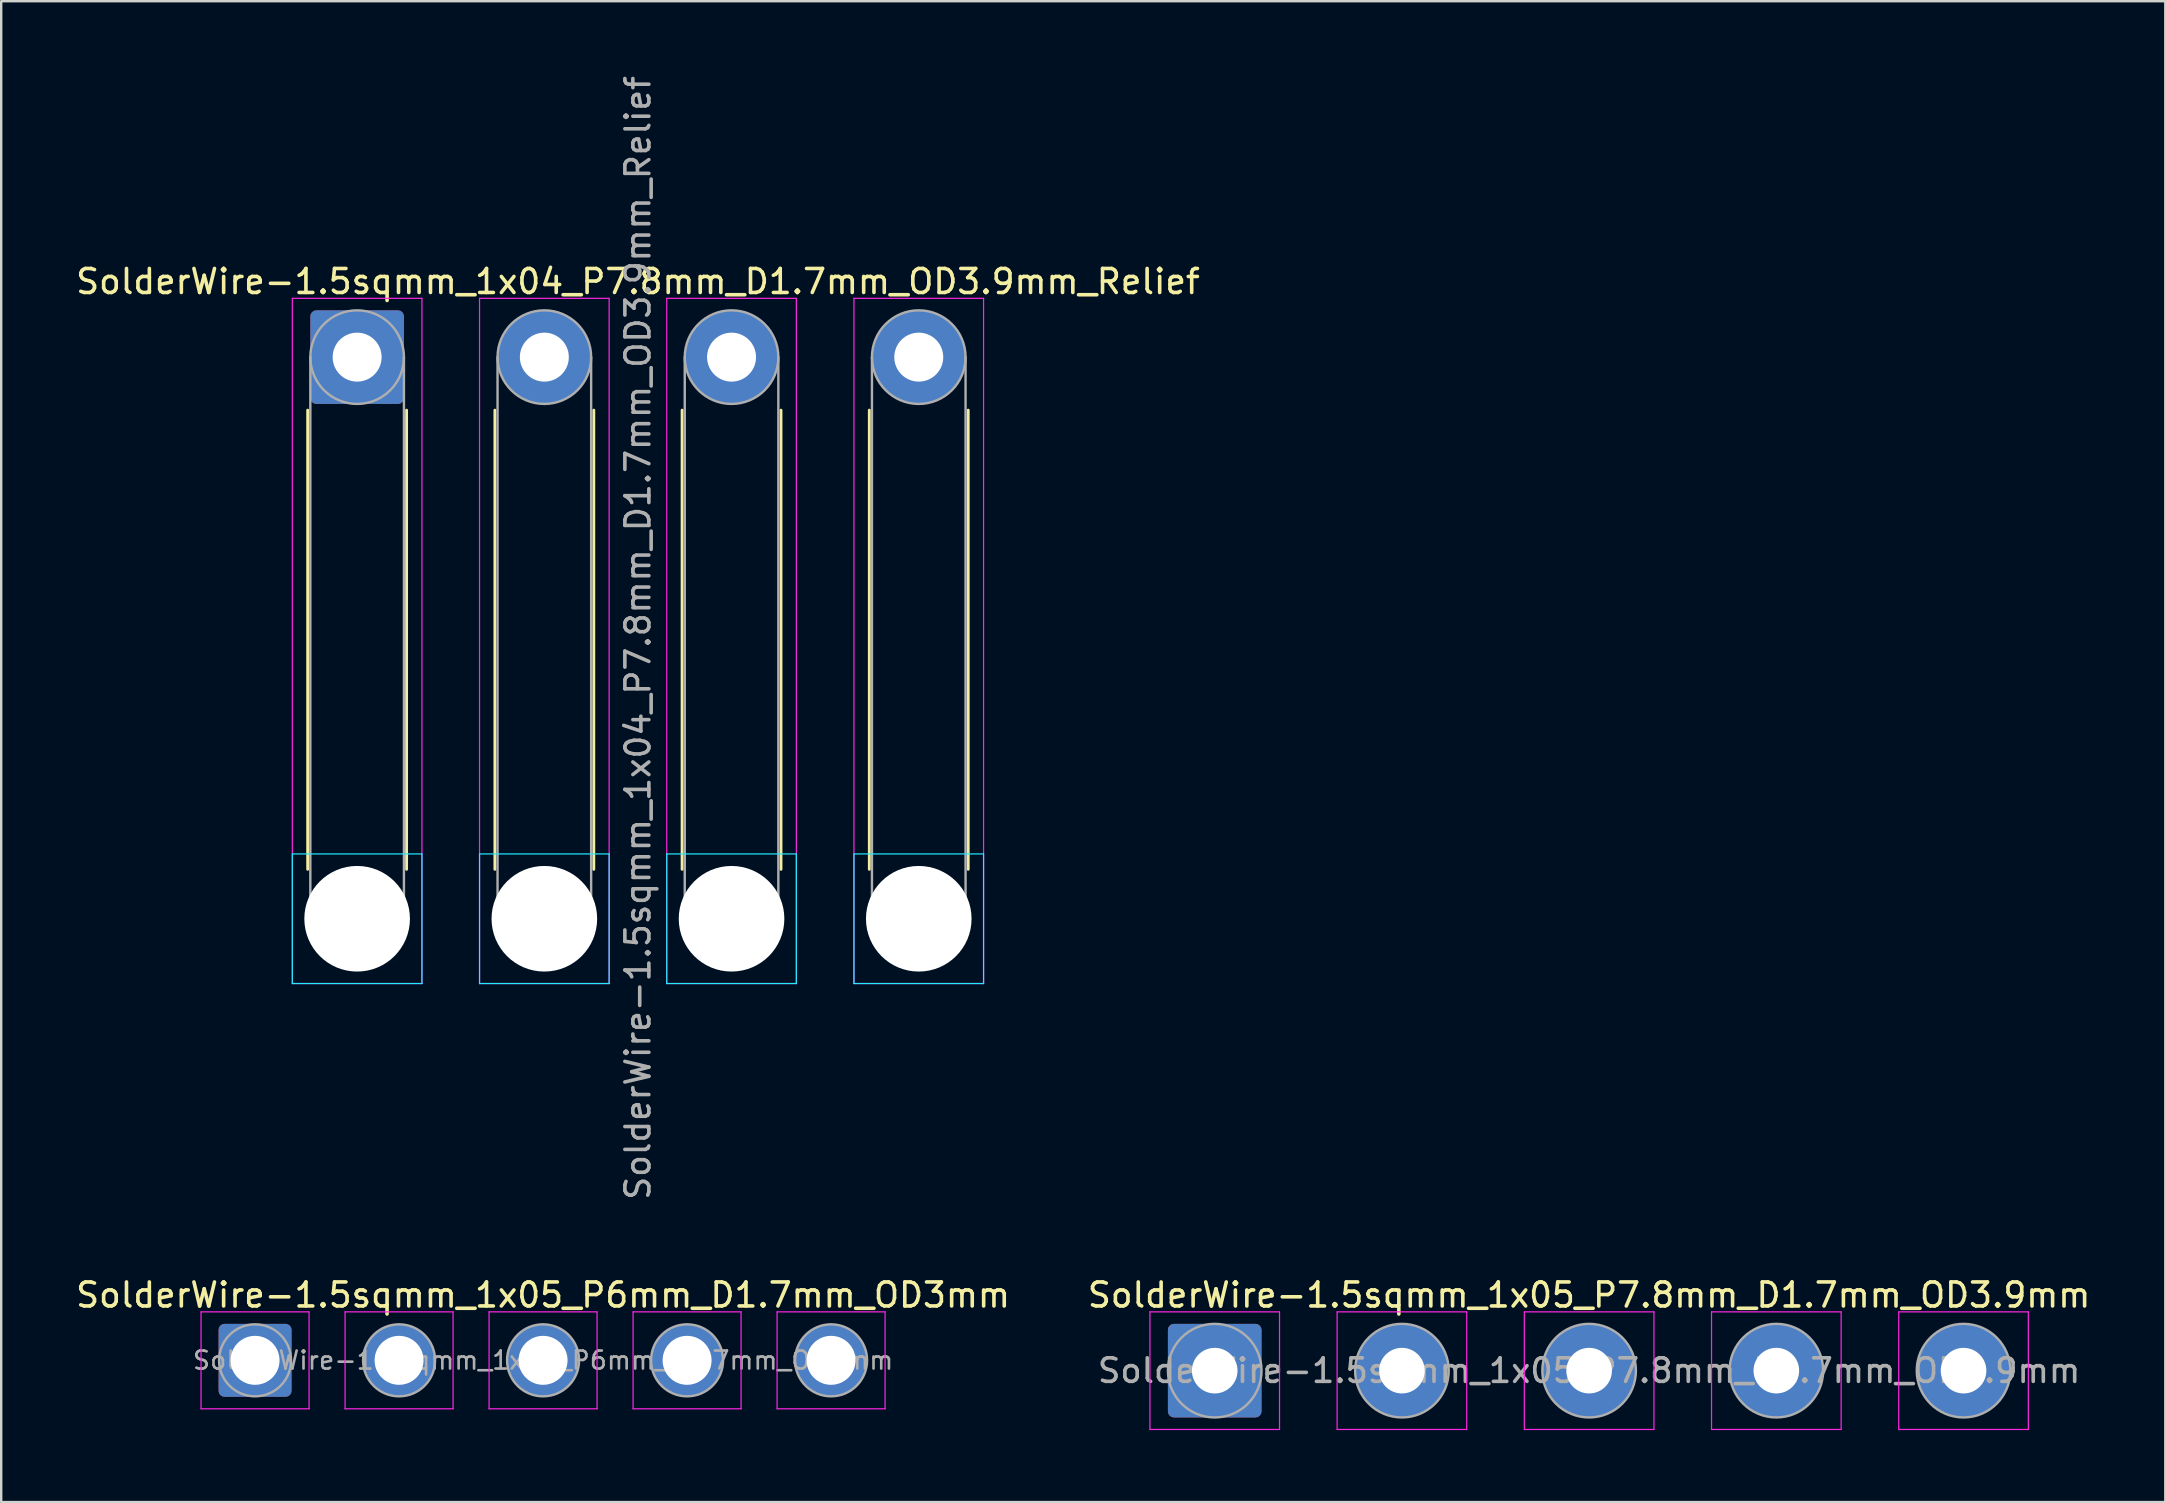
<source format=kicad_pcb>
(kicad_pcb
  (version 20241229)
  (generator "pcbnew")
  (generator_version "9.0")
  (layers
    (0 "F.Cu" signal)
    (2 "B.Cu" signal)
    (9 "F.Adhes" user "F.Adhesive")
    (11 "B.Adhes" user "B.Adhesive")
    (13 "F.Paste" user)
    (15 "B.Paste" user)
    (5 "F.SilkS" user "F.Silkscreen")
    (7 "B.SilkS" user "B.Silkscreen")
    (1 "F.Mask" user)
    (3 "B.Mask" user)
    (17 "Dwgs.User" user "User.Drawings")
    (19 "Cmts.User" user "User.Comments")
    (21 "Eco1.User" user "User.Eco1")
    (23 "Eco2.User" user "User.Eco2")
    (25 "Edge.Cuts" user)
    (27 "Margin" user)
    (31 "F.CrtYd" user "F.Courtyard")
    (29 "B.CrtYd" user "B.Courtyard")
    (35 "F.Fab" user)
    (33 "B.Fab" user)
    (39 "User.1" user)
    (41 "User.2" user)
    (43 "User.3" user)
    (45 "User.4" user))
  (footprint "SolderWire-1.5sqmm_1x05_P6mm_D1.7mm_OD3mm"
    (layer "F.Cu")
    (at 7.577 53.628)
    (property "Reference" "SolderWire-1.5sqmm_1x05_P6mm_D1.7mm_OD3mm" (at 12 -2.72 0) (layer "F.SilkS") (effects (font (size 1 1) (thickness 0.15))))
    (attr exclude_from_pos_files exclude_from_bom)
    (fp_line (start -2.25 -2.02) (end -2.25 2.02) (stroke (width 0.05) (type solid)) (layer "F.CrtYd"))
    (fp_line (start -2.25 2.02) (end 2.25 2.02) (stroke (width 0.05) (type solid)) (layer "F.CrtYd"))
    (fp_line (start 2.25 -2.02) (end -2.25 -2.02) (stroke (width 0.05) (type solid)) (layer "F.CrtYd"))
    (fp_line (start 2.25 2.02) (end 2.25 -2.02) (stroke (width 0.05) (type solid)) (layer "F.CrtYd"))
    (fp_line (start 3.75 -2.02) (end 3.75 2.02) (stroke (width 0.05) (type solid)) (layer "F.CrtYd"))
    (fp_line (start 3.75 2.02) (end 8.25 2.02) (stroke (width 0.05) (type solid)) (layer "F.CrtYd"))
    (fp_line (start 8.25 -2.02) (end 3.75 -2.02) (stroke (width 0.05) (type solid)) (layer "F.CrtYd"))
    (fp_line (start 8.25 2.02) (end 8.25 -2.02) (stroke (width 0.05) (type solid)) (layer "F.CrtYd"))
    (fp_line (start 9.75 -2.02) (end 9.75 2.02) (stroke (width 0.05) (type solid)) (layer "F.CrtYd"))
    (fp_line (start 9.75 2.02) (end 14.25 2.02) (stroke (width 0.05) (type solid)) (layer "F.CrtYd"))
    (fp_line (start 14.25 -2.02) (end 9.75 -2.02) (stroke (width 0.05) (type solid)) (layer "F.CrtYd"))
    (fp_line (start 14.25 2.02) (end 14.25 -2.02) (stroke (width 0.05) (type solid)) (layer "F.CrtYd"))
    (fp_line (start 15.75 -2.02) (end 15.75 2.02) (stroke (width 0.05) (type solid)) (layer "F.CrtYd"))
    (fp_line (start 15.75 2.02) (end 20.25 2.02) (stroke (width 0.05) (type solid)) (layer "F.CrtYd"))
    (fp_line (start 20.25 -2.02) (end 15.75 -2.02) (stroke (width 0.05) (type solid)) (layer "F.CrtYd"))
    (fp_line (start 20.25 2.02) (end 20.25 -2.02) (stroke (width 0.05) (type solid)) (layer "F.CrtYd"))
    (fp_line (start 21.75 -2.02) (end 21.75 2.02) (stroke (width 0.05) (type solid)) (layer "F.CrtYd"))
    (fp_line (start 21.75 2.02) (end 26.25 2.02) (stroke (width 0.05) (type solid)) (layer "F.CrtYd"))
    (fp_line (start 26.25 -2.02) (end 21.75 -2.02) (stroke (width 0.05) (type solid)) (layer "F.CrtYd"))
    (fp_line (start 26.25 2.02) (end 26.25 -2.02) (stroke (width 0.05) (type solid)) (layer "F.CrtYd"))
    (fp_circle (center 0 0) (end 1.5 0) (stroke (width 0.1) (type solid)) (fill no) (layer "F.Fab"))
    (fp_circle (center 6 0) (end 7.5 0) (stroke (width 0.1) (type solid)) (fill no) (layer "F.Fab"))
    (fp_circle (center 12 0) (end 13.5 0) (stroke (width 0.1) (type solid)) (fill no) (layer "F.Fab"))
    (fp_circle (center 18 0) (end 19.5 0) (stroke (width 0.1) (type solid)) (fill no) (layer "F.Fab"))
    (fp_circle (center 24 0) (end 25.5 0) (stroke (width 0.1) (type solid)) (fill no) (layer "F.Fab"))
    (fp_text user "${REFERENCE}" (at 12 0 0) (layer "F.Fab") (effects (font (size 0.75 0.75) (thickness 0.11))))
    (pad "1" thru_hole roundrect (at 0 0) (size 3.04 3.04) (drill 2.04) (layers "*.Cu" "*.Mask") (roundrect_rratio 0.082))
    (pad "2" thru_hole circle (at 6 0) (size 3.04 3.04) (drill 2.04) (layers "*.Cu" "*.Mask"))
    (pad "3" thru_hole circle (at 12 0) (size 3.04 3.04) (drill 2.04) (layers "*.Cu" "*.Mask"))
    (pad "4" thru_hole circle (at 18 0) (size 3.04 3.04) (drill 2.04) (layers "*.Cu" "*.Mask"))
    (pad "5" thru_hole circle (at 24 0) (size 3.04 3.04) (drill 2.04) (layers "*.Cu" "*.Mask")))
  (footprint "SolderWire-1.5sqmm_1x05_P7.8mm_D1.7mm_OD3.9mm"
    (layer "F.Cu")
    (at 47.561 54.058)
    (property "Reference" "SolderWire-1.5sqmm_1x05_P7.8mm_D1.7mm_OD3.9mm" (at 15.6 -3.15 0) (layer "F.SilkS") (effects (font (size 1 1) (thickness 0.15))))
    (attr exclude_from_pos_files exclude_from_bom)
    (fp_line (start -2.7 -2.45) (end -2.7 2.45) (stroke (width 0.05) (type solid)) (layer "F.CrtYd"))
    (fp_line (start -2.7 2.45) (end 2.7 2.45) (stroke (width 0.05) (type solid)) (layer "F.CrtYd"))
    (fp_line (start 2.7 -2.45) (end -2.7 -2.45) (stroke (width 0.05) (type solid)) (layer "F.CrtYd"))
    (fp_line (start 2.7 2.45) (end 2.7 -2.45) (stroke (width 0.05) (type solid)) (layer "F.CrtYd"))
    (fp_line (start 5.1 -2.45) (end 5.1 2.45) (stroke (width 0.05) (type solid)) (layer "F.CrtYd"))
    (fp_line (start 5.1 2.45) (end 10.5 2.45) (stroke (width 0.05) (type solid)) (layer "F.CrtYd"))
    (fp_line (start 10.5 -2.45) (end 5.1 -2.45) (stroke (width 0.05) (type solid)) (layer "F.CrtYd"))
    (fp_line (start 10.5 2.45) (end 10.5 -2.45) (stroke (width 0.05) (type solid)) (layer "F.CrtYd"))
    (fp_line (start 12.9 -2.45) (end 12.9 2.45) (stroke (width 0.05) (type solid)) (layer "F.CrtYd"))
    (fp_line (start 12.9 2.45) (end 18.3 2.45) (stroke (width 0.05) (type solid)) (layer "F.CrtYd"))
    (fp_line (start 18.3 -2.45) (end 12.9 -2.45) (stroke (width 0.05) (type solid)) (layer "F.CrtYd"))
    (fp_line (start 18.3 2.45) (end 18.3 -2.45) (stroke (width 0.05) (type solid)) (layer "F.CrtYd"))
    (fp_line (start 20.7 -2.45) (end 20.7 2.45) (stroke (width 0.05) (type solid)) (layer "F.CrtYd"))
    (fp_line (start 20.7 2.45) (end 26.1 2.45) (stroke (width 0.05) (type solid)) (layer "F.CrtYd"))
    (fp_line (start 26.1 -2.45) (end 20.7 -2.45) (stroke (width 0.05) (type solid)) (layer "F.CrtYd"))
    (fp_line (start 26.1 2.45) (end 26.1 -2.45) (stroke (width 0.05) (type solid)) (layer "F.CrtYd"))
    (fp_line (start 28.5 -2.45) (end 28.5 2.45) (stroke (width 0.05) (type solid)) (layer "F.CrtYd"))
    (fp_line (start 28.5 2.45) (end 33.9 2.45) (stroke (width 0.05) (type solid)) (layer "F.CrtYd"))
    (fp_line (start 33.9 -2.45) (end 28.5 -2.45) (stroke (width 0.05) (type solid)) (layer "F.CrtYd"))
    (fp_line (start 33.9 2.45) (end 33.9 -2.45) (stroke (width 0.05) (type solid)) (layer "F.CrtYd"))
    (fp_circle (center 0 0) (end 1.95 0) (stroke (width 0.1) (type solid)) (fill no) (layer "F.Fab"))
    (fp_circle (center 7.8 0) (end 9.75 0) (stroke (width 0.1) (type solid)) (fill no) (layer "F.Fab"))
    (fp_circle (center 15.6 0) (end 17.55 0) (stroke (width 0.1) (type solid)) (fill no) (layer "F.Fab"))
    (fp_circle (center 23.4 0) (end 25.35 0) (stroke (width 0.1) (type solid)) (fill no) (layer "F.Fab"))
    (fp_circle (center 31.2 0) (end 33.15 0) (stroke (width 0.1) (type solid)) (fill no) (layer "F.Fab"))
    (fp_text user "${REFERENCE}" (at 15.6 0 0) (layer "F.Fab") (effects (font (size 0.98 0.98) (thickness 0.15))))
    (pad "1" thru_hole roundrect (at 0 0) (size 3.9 3.9) (drill 1.9) (layers "*.Cu" "*.Mask") (roundrect_rratio 0.064))
    (pad "2" thru_hole circle (at 7.8 0) (size 3.9 3.9) (drill 1.9) (layers "*.Cu" "*.Mask"))
    (pad "3" thru_hole circle (at 15.6 0) (size 3.9 3.9) (drill 1.9) (layers "*.Cu" "*.Mask"))
    (pad "4" thru_hole circle (at 23.4 0) (size 3.9 3.9) (drill 1.9) (layers "*.Cu" "*.Mask"))
    (pad "5" thru_hole circle (at 31.2 0) (size 3.9 3.9) (drill 1.9) (layers "*.Cu" "*.Mask")))
  (footprint "SolderWire-1.5sqmm_1x04_P7.8mm_D1.7mm_OD3.9mm_Relief"
    (layer "F.Cu")
    (at 11.83 11.83)
    (property "Reference" "SolderWire-1.5sqmm_1x04_P7.8mm_D1.7mm_OD3.9mm_Relief" (at 11.7 -3.15 0) (layer "F.SilkS") (effects (font (size 1 1) (thickness 0.15))))
    (attr exclude_from_pos_files exclude_from_bom)
    (fp_line (start -2.06 2.21) (end -2.06 21.34) (stroke (width 0.12) (type solid)) (layer "F.SilkS"))
    (fp_line (start 2.06 2.21) (end 2.06 21.34) (stroke (width 0.12) (type solid)) (layer "F.SilkS"))
    (fp_line (start 5.74 2.21) (end 5.74 21.34) (stroke (width 0.12) (type solid)) (layer "F.SilkS"))
    (fp_line (start 9.86 2.21) (end 9.86 21.34) (stroke (width 0.12) (type solid)) (layer "F.SilkS"))
    (fp_line (start 13.54 2.21) (end 13.54 21.34) (stroke (width 0.12) (type solid)) (layer "F.SilkS"))
    (fp_line (start 17.66 2.21) (end 17.66 21.34) (stroke (width 0.12) (type solid)) (layer "F.SilkS"))
    (fp_line (start 21.34 2.21) (end 21.34 21.34) (stroke (width 0.12) (type solid)) (layer "F.SilkS"))
    (fp_line (start 25.46 2.21) (end 25.46 21.34) (stroke (width 0.12) (type solid)) (layer "F.SilkS"))
    (fp_line (start -2.7 20.7) (end -2.7 26.1) (stroke (width 0.05) (type solid)) (layer "B.CrtYd"))
    (fp_line (start -2.7 26.1) (end 2.7 26.1) (stroke (width 0.05) (type solid)) (layer "B.CrtYd"))
    (fp_line (start 2.7 20.7) (end -2.7 20.7) (stroke (width 0.05) (type solid)) (layer "B.CrtYd"))
    (fp_line (start 2.7 26.1) (end 2.7 20.7) (stroke (width 0.05) (type solid)) (layer "B.CrtYd"))
    (fp_line (start 5.1 20.7) (end 5.1 26.1) (stroke (width 0.05) (type solid)) (layer "B.CrtYd"))
    (fp_line (start 5.1 26.1) (end 10.5 26.1) (stroke (width 0.05) (type solid)) (layer "B.CrtYd"))
    (fp_line (start 10.5 20.7) (end 5.1 20.7) (stroke (width 0.05) (type solid)) (layer "B.CrtYd"))
    (fp_line (start 10.5 26.1) (end 10.5 20.7) (stroke (width 0.05) (type solid)) (layer "B.CrtYd"))
    (fp_line (start 12.9 20.7) (end 12.9 26.1) (stroke (width 0.05) (type solid)) (layer "B.CrtYd"))
    (fp_line (start 12.9 26.1) (end 18.3 26.1) (stroke (width 0.05) (type solid)) (layer "B.CrtYd"))
    (fp_line (start 18.3 20.7) (end 12.9 20.7) (stroke (width 0.05) (type solid)) (layer "B.CrtYd"))
    (fp_line (start 18.3 26.1) (end 18.3 20.7) (stroke (width 0.05) (type solid)) (layer "B.CrtYd"))
    (fp_line (start 20.7 20.7) (end 20.7 26.1) (stroke (width 0.05) (type solid)) (layer "B.CrtYd"))
    (fp_line (start 20.7 26.1) (end 26.1 26.1) (stroke (width 0.05) (type solid)) (layer "B.CrtYd"))
    (fp_line (start 26.1 20.7) (end 20.7 20.7) (stroke (width 0.05) (type solid)) (layer "B.CrtYd"))
    (fp_line (start 26.1 26.1) (end 26.1 20.7) (stroke (width 0.05) (type solid)) (layer "B.CrtYd"))
    (fp_line (start -2.7 -2.45) (end -2.7 26.1) (stroke (width 0.05) (type solid)) (layer "F.CrtYd"))
    (fp_line (start -2.7 26.1) (end 2.7 26.1) (stroke (width 0.05) (type solid)) (layer "F.CrtYd"))
    (fp_line (start 2.7 -2.45) (end -2.7 -2.45) (stroke (width 0.05) (type solid)) (layer "F.CrtYd"))
    (fp_line (start 2.7 26.1) (end 2.7 -2.45) (stroke (width 0.05) (type solid)) (layer "F.CrtYd"))
    (fp_line (start 5.1 -2.45) (end 5.1 26.1) (stroke (width 0.05) (type solid)) (layer "F.CrtYd"))
    (fp_line (start 5.1 26.1) (end 10.5 26.1) (stroke (width 0.05) (type solid)) (layer "F.CrtYd"))
    (fp_line (start 10.5 -2.45) (end 5.1 -2.45) (stroke (width 0.05) (type solid)) (layer "F.CrtYd"))
    (fp_line (start 10.5 26.1) (end 10.5 -2.45) (stroke (width 0.05) (type solid)) (layer "F.CrtYd"))
    (fp_line (start 12.9 -2.45) (end 12.9 26.1) (stroke (width 0.05) (type solid)) (layer "F.CrtYd"))
    (fp_line (start 12.9 26.1) (end 18.3 26.1) (stroke (width 0.05) (type solid)) (layer "F.CrtYd"))
    (fp_line (start 18.3 -2.45) (end 12.9 -2.45) (stroke (width 0.05) (type solid)) (layer "F.CrtYd"))
    (fp_line (start 18.3 26.1) (end 18.3 -2.45) (stroke (width 0.05) (type solid)) (layer "F.CrtYd"))
    (fp_line (start 20.7 -2.45) (end 20.7 26.1) (stroke (width 0.05) (type solid)) (layer "F.CrtYd"))
    (fp_line (start 20.7 26.1) (end 26.1 26.1) (stroke (width 0.05) (type solid)) (layer "F.CrtYd"))
    (fp_line (start 26.1 -2.45) (end 20.7 -2.45) (stroke (width 0.05) (type solid)) (layer "F.CrtYd"))
    (fp_line (start 26.1 26.1) (end 26.1 -2.45) (stroke (width 0.05) (type solid)) (layer "F.CrtYd"))
    (fp_line (start -1.95 0) (end -1.95 23.4) (stroke (width 0.1) (type solid)) (layer "F.Fab"))
    (fp_line (start 1.95 0) (end 1.95 23.4) (stroke (width 0.1) (type solid)) (layer "F.Fab"))
    (fp_line (start 5.85 0) (end 5.85 23.4) (stroke (width 0.1) (type solid)) (layer "F.Fab"))
    (fp_line (start 9.75 0) (end 9.75 23.4) (stroke (width 0.1) (type solid)) (layer "F.Fab"))
    (fp_line (start 13.65 0) (end 13.65 23.4) (stroke (width 0.1) (type solid)) (layer "F.Fab"))
    (fp_line (start 17.55 0) (end 17.55 23.4) (stroke (width 0.1) (type solid)) (layer "F.Fab"))
    (fp_line (start 21.45 0) (end 21.45 23.4) (stroke (width 0.1) (type solid)) (layer "F.Fab"))
    (fp_line (start 25.35 0) (end 25.35 23.4) (stroke (width 0.1) (type solid)) (layer "F.Fab"))
    (fp_circle (center 0 0) (end 1.95 0) (stroke (width 0.1) (type solid)) (fill no) (layer "F.Fab"))
    (fp_circle (center 0 23.4) (end 1.95 23.4) (stroke (width 0.1) (type solid)) (fill no) (layer "F.Fab"))
    (fp_circle (center 7.8 0) (end 9.75 0) (stroke (width 0.1) (type solid)) (fill no) (layer "F.Fab"))
    (fp_circle (center 7.8 23.4) (end 9.75 23.4) (stroke (width 0.1) (type solid)) (fill no) (layer "F.Fab"))
    (fp_circle (center 15.6 0) (end 17.55 0) (stroke (width 0.1) (type solid)) (fill no) (layer "F.Fab"))
    (fp_circle (center 15.6 23.4) (end 17.55 23.4) (stroke (width 0.1) (type solid)) (fill no) (layer "F.Fab"))
    (fp_circle (center 23.4 0) (end 25.35 0) (stroke (width 0.1) (type solid)) (fill no) (layer "F.Fab"))
    (fp_circle (center 23.4 23.4) (end 25.35 23.4) (stroke (width 0.1) (type solid)) (fill no) (layer "F.Fab"))
    (fp_text user "${REFERENCE}" (at 11.7 11.7 90) (layer "F.Fab") (effects (font (size 1 1) (thickness 0.15))))
    (pad "" np_thru_hole circle (at 0 23.4) (size 4.4 4.4) (drill 4.4) (layers "*.Cu" "*.Mask"))
    (pad "" np_thru_hole circle (at 7.8 23.4) (size 4.4 4.4) (drill 4.4) (layers "*.Cu" "*.Mask"))
    (pad "" np_thru_hole circle (at 15.6 23.4) (size 4.4 4.4) (drill 4.4) (layers "*.Cu" "*.Mask"))
    (pad "" np_thru_hole circle (at 23.4 23.4) (size 4.4 4.4) (drill 4.4) (layers "*.Cu" "*.Mask"))
    (pad "1" thru_hole roundrect (at 0 0) (size 3.9 3.9) (drill 2.04) (layers "*.Cu" "*.Mask") (roundrect_rratio 0.064))
    (pad "2" thru_hole circle (at 7.8 0) (size 3.9 3.9) (drill 2.04) (layers "*.Cu" "*.Mask"))
    (pad "3" thru_hole circle (at 15.6 0) (size 3.9 3.9) (drill 2.04) (layers "*.Cu" "*.Mask"))
    (pad "4" thru_hole circle (at 23.4 0) (size 3.9 3.9) (drill 2.04) (layers "*.Cu" "*.Mask")))
  (gr_rect
    (start -3 -3)
    (end 87.167 59.533)
    (stroke (width 0.1) (type default))
    (fill no)
    (layer "Edge.Cuts")))
</source>
